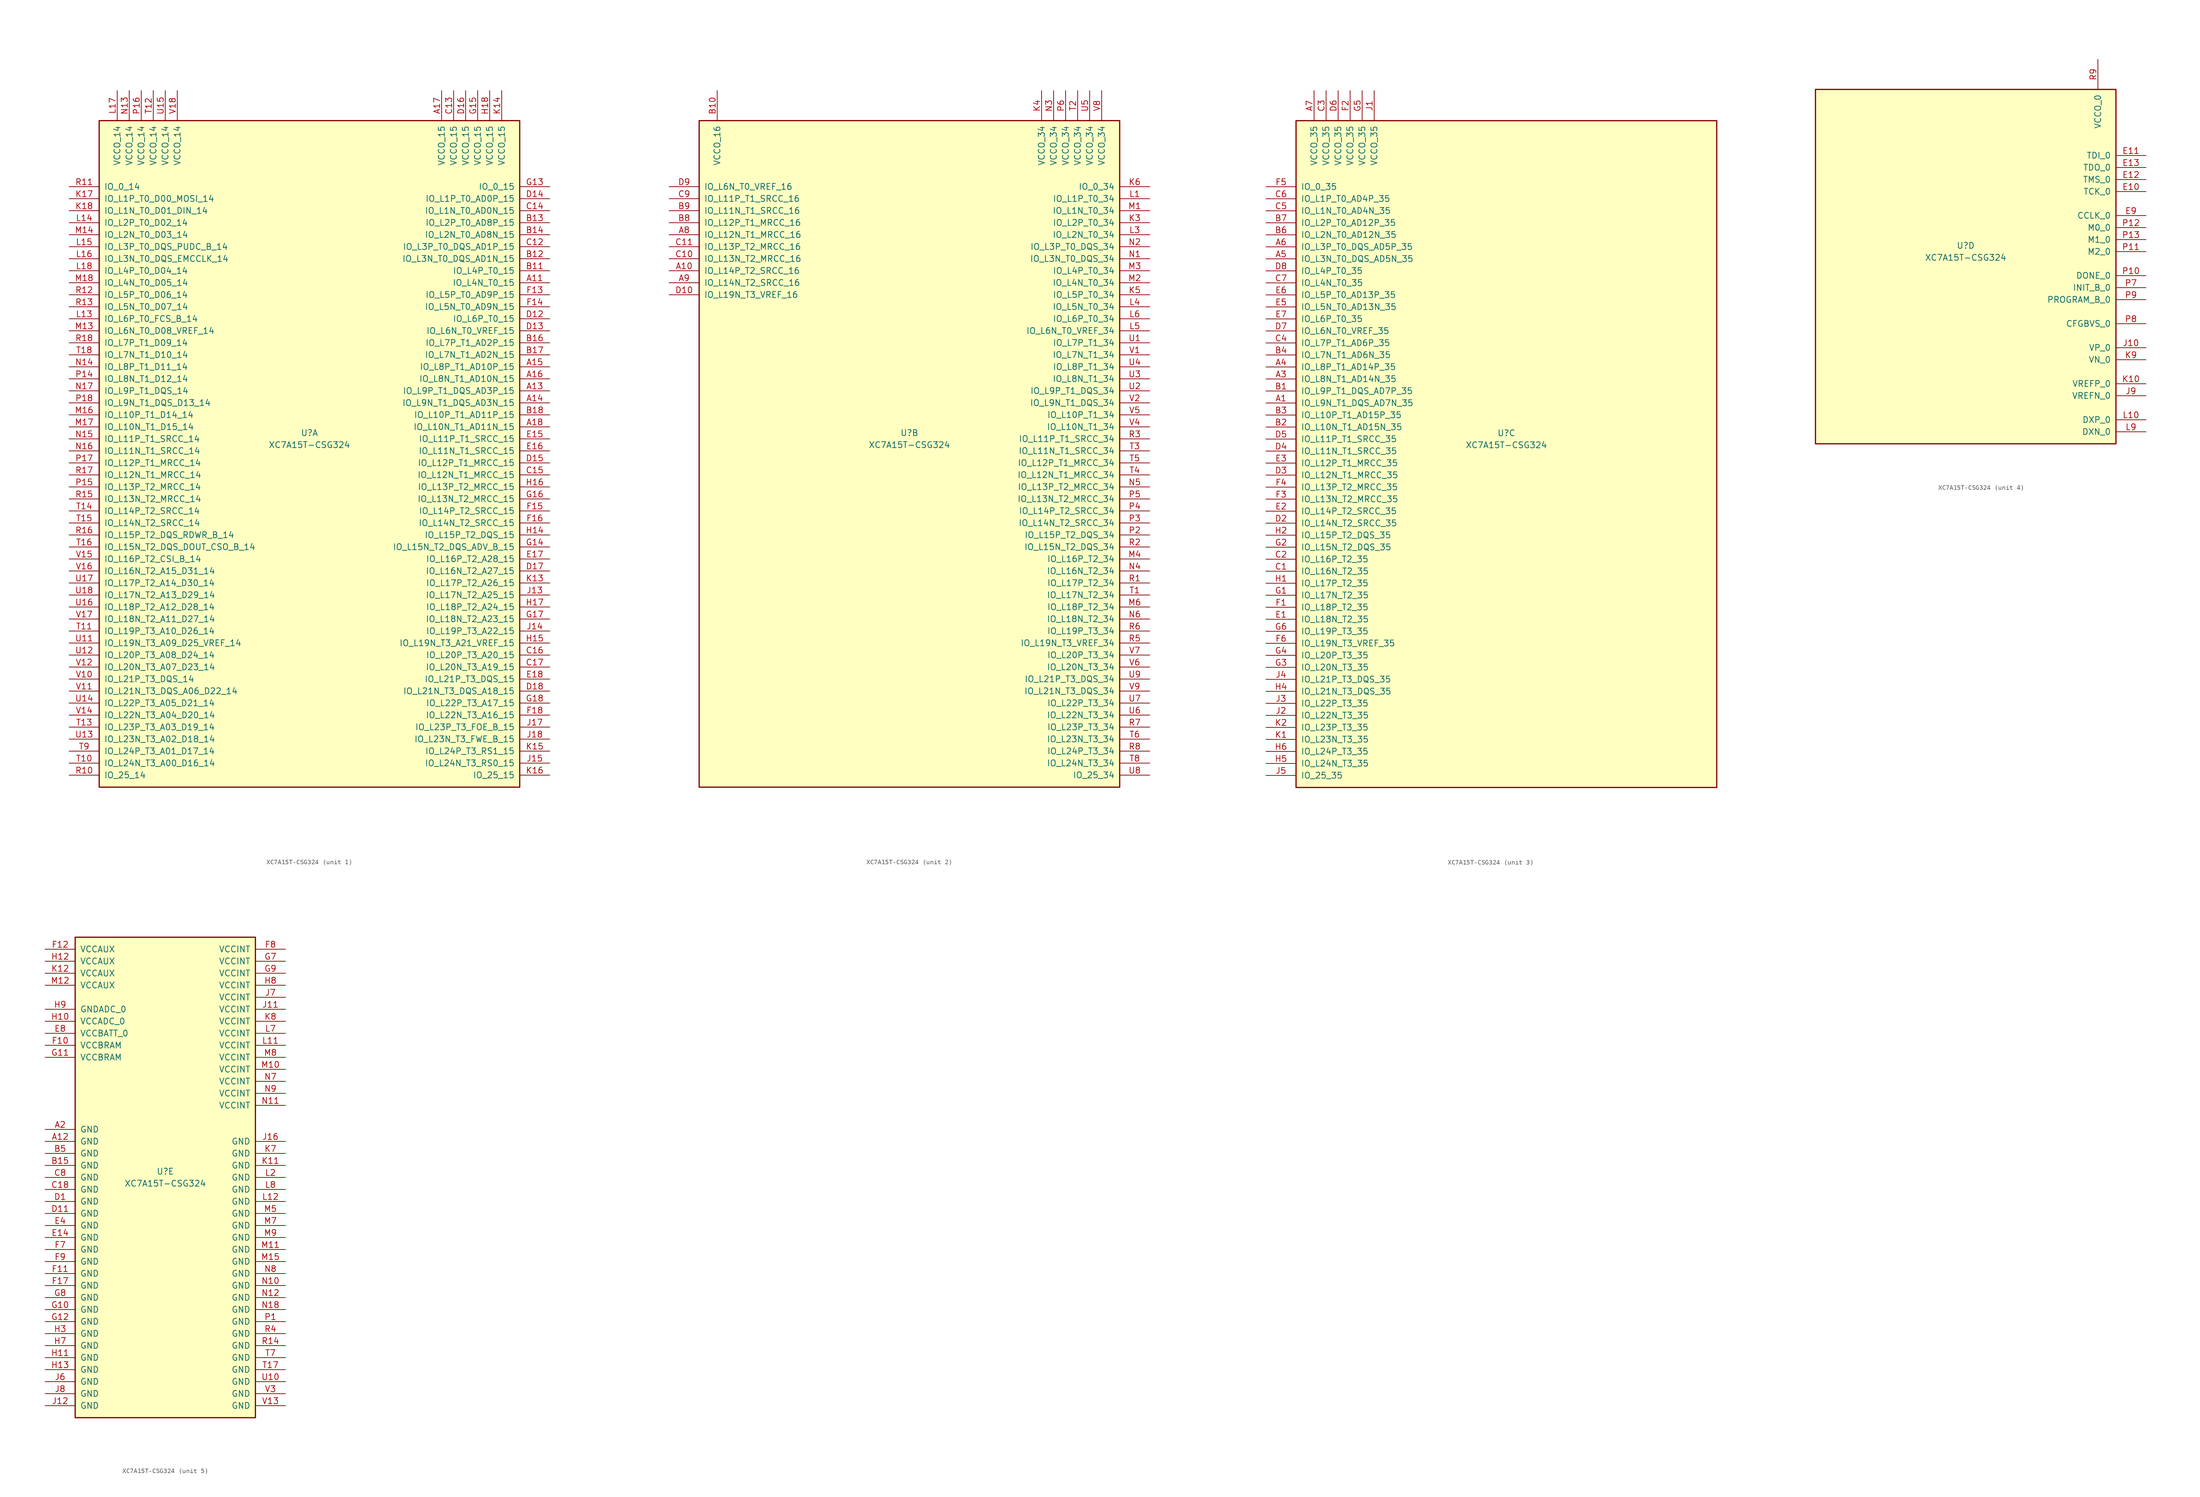
<source format=kicad_sym>
(kicad_symbol_lib
  (version 20231120)
  (generator "kicad_symbol_editor")
  (generator_version "8.0")
  (symbol "XC7A15T-CSG324"
    (pin_names
      (offset 1.016))
    (property "Reference" "U"
      (at 0 1.27 0)
      (effects (font (size 1.27 1.27))))
    (property "Value" "XC7A15T-CSG324"
      (at 0 -1.27 0)
      (effects (font (size 1.27 1.27))))
    (property "Datasheet" ""
      (at 0 0 0)
      (effects (font (size 1.27 1.27))))
    (property "ki_locked" ""
      (at 0 0 0)
      (effects (font (size 1.27 1.27))))
    (symbol "XC7A15T-CSG324_1_1"
      (rectangle (start -44.45 67.31) (end 44.45 -73.66) (stroke (width 0.254) (type solid)) (fill (type background)))
      (pin bidirectional line (at 50.8 33.02 180) (length 6.35) (name "IO_L4N_T0_15" (effects (font (size 1.27 1.27)))) (number "A11" (effects (font (size 1.27 1.27)))))
      (pin bidirectional line (at 50.8 10.16 180) (length 6.35) (name "IO_L9P_T1_DQS_AD3P_15" (effects (font (size 1.27 1.27)))) (number "A13" (effects (font (size 1.27 1.27)))))
      (pin bidirectional line (at 50.8 7.62 180) (length 6.35) (name "IO_L9N_T1_DQS_AD3N_15" (effects (font (size 1.27 1.27)))) (number "A14" (effects (font (size 1.27 1.27)))))
      (pin bidirectional line (at 50.8 15.24 180) (length 6.35) (name "IO_L8P_T1_AD10P_15" (effects (font (size 1.27 1.27)))) (number "A15" (effects (font (size 1.27 1.27)))))
      (pin bidirectional line (at 50.8 12.7 180) (length 6.35) (name "IO_L8N_T1_AD10N_15" (effects (font (size 1.27 1.27)))) (number "A16" (effects (font (size 1.27 1.27)))))
      (pin power_in line (at 27.94 73.66 270) (length 6.35) (name "VCCO_15" (effects (font (size 1.27 1.27)))) (number "A17" (effects (font (size 1.27 1.27)))))
      (pin bidirectional line (at 50.8 2.54 180) (length 6.35) (name "IO_L10N_T1_AD11N_15" (effects (font (size 1.27 1.27)))) (number "A18" (effects (font (size 1.27 1.27)))))
      (pin bidirectional line (at 50.8 35.56 180) (length 6.35) (name "IO_L4P_T0_15" (effects (font (size 1.27 1.27)))) (number "B11" (effects (font (size 1.27 1.27)))))
      (pin bidirectional line (at 50.8 38.1 180) (length 6.35) (name "IO_L3N_T0_DQS_AD1N_15" (effects (font (size 1.27 1.27)))) (number "B12" (effects (font (size 1.27 1.27)))))
      (pin bidirectional line (at 50.8 45.72 180) (length 6.35) (name "IO_L2P_T0_AD8P_15" (effects (font (size 1.27 1.27)))) (number "B13" (effects (font (size 1.27 1.27)))))
      (pin bidirectional line (at 50.8 43.18 180) (length 6.35) (name "IO_L2N_T0_AD8N_15" (effects (font (size 1.27 1.27)))) (number "B14" (effects (font (size 1.27 1.27)))))
      (pin bidirectional line (at 50.8 20.32 180) (length 6.35) (name "IO_L7P_T1_AD2P_15" (effects (font (size 1.27 1.27)))) (number "B16" (effects (font (size 1.27 1.27)))))
      (pin bidirectional line (at 50.8 17.78 180) (length 6.35) (name "IO_L7N_T1_AD2N_15" (effects (font (size 1.27 1.27)))) (number "B17" (effects (font (size 1.27 1.27)))))
      (pin bidirectional line (at 50.8 5.08 180) (length 6.35) (name "IO_L10P_T1_AD11P_15" (effects (font (size 1.27 1.27)))) (number "B18" (effects (font (size 1.27 1.27)))))
      (pin bidirectional line (at 50.8 40.64 180) (length 6.35) (name "IO_L3P_T0_DQS_AD1P_15" (effects (font (size 1.27 1.27)))) (number "C12" (effects (font (size 1.27 1.27)))))
      (pin power_in line (at 30.48 73.66 270) (length 6.35) (name "VCCO_15" (effects (font (size 1.27 1.27)))) (number "C13" (effects (font (size 1.27 1.27)))))
      (pin bidirectional line (at 50.8 48.26 180) (length 6.35) (name "IO_L1N_T0_AD0N_15" (effects (font (size 1.27 1.27)))) (number "C14" (effects (font (size 1.27 1.27)))))
      (pin bidirectional line (at 50.8 -7.62 180) (length 6.35) (name "IO_L12N_T1_MRCC_15" (effects (font (size 1.27 1.27)))) (number "C15" (effects (font (size 1.27 1.27)))))
      (pin bidirectional line (at 50.8 -45.72 180) (length 6.35) (name "IO_L20P_T3_A20_15" (effects (font (size 1.27 1.27)))) (number "C16" (effects (font (size 1.27 1.27)))))
      (pin bidirectional line (at 50.8 -48.26 180) (length 6.35) (name "IO_L20N_T3_A19_15" (effects (font (size 1.27 1.27)))) (number "C17" (effects (font (size 1.27 1.27)))))
      (pin bidirectional line (at 50.8 25.4 180) (length 6.35) (name "IO_L6P_T0_15" (effects (font (size 1.27 1.27)))) (number "D12" (effects (font (size 1.27 1.27)))))
      (pin bidirectional line (at 50.8 22.86 180) (length 6.35) (name "IO_L6N_T0_VREF_15" (effects (font (size 1.27 1.27)))) (number "D13" (effects (font (size 1.27 1.27)))))
      (pin bidirectional line (at 50.8 50.8 180) (length 6.35) (name "IO_L1P_T0_AD0P_15" (effects (font (size 1.27 1.27)))) (number "D14" (effects (font (size 1.27 1.27)))))
      (pin bidirectional line (at 50.8 -5.08 180) (length 6.35) (name "IO_L12P_T1_MRCC_15" (effects (font (size 1.27 1.27)))) (number "D15" (effects (font (size 1.27 1.27)))))
      (pin power_in line (at 33.02 73.66 270) (length 6.35) (name "VCCO_15" (effects (font (size 1.27 1.27)))) (number "D16" (effects (font (size 1.27 1.27)))))
      (pin bidirectional line (at 50.8 -27.94 180) (length 6.35) (name "IO_L16N_T2_A27_15" (effects (font (size 1.27 1.27)))) (number "D17" (effects (font (size 1.27 1.27)))))
      (pin bidirectional line (at 50.8 -53.34 180) (length 6.35) (name "IO_L21N_T3_DQS_A18_15" (effects (font (size 1.27 1.27)))) (number "D18" (effects (font (size 1.27 1.27)))))
      (pin bidirectional line (at 50.8 0 180) (length 6.35) (name "IO_L11P_T1_SRCC_15" (effects (font (size 1.27 1.27)))) (number "E15" (effects (font (size 1.27 1.27)))))
      (pin bidirectional line (at 50.8 -2.54 180) (length 6.35) (name "IO_L11N_T1_SRCC_15" (effects (font (size 1.27 1.27)))) (number "E16" (effects (font (size 1.27 1.27)))))
      (pin bidirectional line (at 50.8 -25.4 180) (length 6.35) (name "IO_L16P_T2_A28_15" (effects (font (size 1.27 1.27)))) (number "E17" (effects (font (size 1.27 1.27)))))
      (pin bidirectional line (at 50.8 -50.8 180) (length 6.35) (name "IO_L21P_T3_DQS_15" (effects (font (size 1.27 1.27)))) (number "E18" (effects (font (size 1.27 1.27)))))
      (pin bidirectional line (at 50.8 30.48 180) (length 6.35) (name "IO_L5P_T0_AD9P_15" (effects (font (size 1.27 1.27)))) (number "F13" (effects (font (size 1.27 1.27)))))
      (pin bidirectional line (at 50.8 27.94 180) (length 6.35) (name "IO_L5N_T0_AD9N_15" (effects (font (size 1.27 1.27)))) (number "F14" (effects (font (size 1.27 1.27)))))
      (pin bidirectional line (at 50.8 -15.24 180) (length 6.35) (name "IO_L14P_T2_SRCC_15" (effects (font (size 1.27 1.27)))) (number "F15" (effects (font (size 1.27 1.27)))))
      (pin bidirectional line (at 50.8 -17.78 180) (length 6.35) (name "IO_L14N_T2_SRCC_15" (effects (font (size 1.27 1.27)))) (number "F16" (effects (font (size 1.27 1.27)))))
      (pin bidirectional line (at 50.8 -58.42 180) (length 6.35) (name "IO_L22N_T3_A16_15" (effects (font (size 1.27 1.27)))) (number "F18" (effects (font (size 1.27 1.27)))))
      (pin bidirectional line (at 50.8 53.34 180) (length 6.35) (name "IO_0_15" (effects (font (size 1.27 1.27)))) (number "G13" (effects (font (size 1.27 1.27)))))
      (pin bidirectional line (at 50.8 -22.86 180) (length 6.35) (name "IO_L15N_T2_DQS_ADV_B_15" (effects (font (size 1.27 1.27)))) (number "G14" (effects (font (size 1.27 1.27)))))
      (pin power_in line (at 35.56 73.66 270) (length 6.35) (name "VCCO_15" (effects (font (size 1.27 1.27)))) (number "G15" (effects (font (size 1.27 1.27)))))
      (pin bidirectional line (at 50.8 -12.7 180) (length 6.35) (name "IO_L13N_T2_MRCC_15" (effects (font (size 1.27 1.27)))) (number "G16" (effects (font (size 1.27 1.27)))))
      (pin bidirectional line (at 50.8 -38.1 180) (length 6.35) (name "IO_L18N_T2_A23_15" (effects (font (size 1.27 1.27)))) (number "G17" (effects (font (size 1.27 1.27)))))
      (pin bidirectional line (at 50.8 -55.88 180) (length 6.35) (name "IO_L22P_T3_A17_15" (effects (font (size 1.27 1.27)))) (number "G18" (effects (font (size 1.27 1.27)))))
      (pin bidirectional line (at 50.8 -20.32 180) (length 6.35) (name "IO_L15P_T2_DQS_15" (effects (font (size 1.27 1.27)))) (number "H14" (effects (font (size 1.27 1.27)))))
      (pin bidirectional line (at 50.8 -43.18 180) (length 6.35) (name "IO_L19N_T3_A21_VREF_15" (effects (font (size 1.27 1.27)))) (number "H15" (effects (font (size 1.27 1.27)))))
      (pin bidirectional line (at 50.8 -10.16 180) (length 6.35) (name "IO_L13P_T2_MRCC_15" (effects (font (size 1.27 1.27)))) (number "H16" (effects (font (size 1.27 1.27)))))
      (pin bidirectional line (at 50.8 -35.56 180) (length 6.35) (name "IO_L18P_T2_A24_15" (effects (font (size 1.27 1.27)))) (number "H17" (effects (font (size 1.27 1.27)))))
      (pin power_in line (at 38.1 73.66 270) (length 6.35) (name "VCCO_15" (effects (font (size 1.27 1.27)))) (number "H18" (effects (font (size 1.27 1.27)))))
      (pin bidirectional line (at 50.8 -33.02 180) (length 6.35) (name "IO_L17N_T2_A25_15" (effects (font (size 1.27 1.27)))) (number "J13" (effects (font (size 1.27 1.27)))))
      (pin bidirectional line (at 50.8 -40.64 180) (length 6.35) (name "IO_L19P_T3_A22_15" (effects (font (size 1.27 1.27)))) (number "J14" (effects (font (size 1.27 1.27)))))
      (pin bidirectional line (at 50.8 -68.58 180) (length 6.35) (name "IO_L24N_T3_RS0_15" (effects (font (size 1.27 1.27)))) (number "J15" (effects (font (size 1.27 1.27)))))
      (pin bidirectional line (at 50.8 -60.96 180) (length 6.35) (name "IO_L23P_T3_FOE_B_15" (effects (font (size 1.27 1.27)))) (number "J17" (effects (font (size 1.27 1.27)))))
      (pin bidirectional line (at 50.8 -63.5 180) (length 6.35) (name "IO_L23N_T3_FWE_B_15" (effects (font (size 1.27 1.27)))) (number "J18" (effects (font (size 1.27 1.27)))))
      (pin bidirectional line (at 50.8 -30.48 180) (length 6.35) (name "IO_L17P_T2_A26_15" (effects (font (size 1.27 1.27)))) (number "K13" (effects (font (size 1.27 1.27)))))
      (pin power_in line (at 40.64 73.66 270) (length 6.35) (name "VCCO_15" (effects (font (size 1.27 1.27)))) (number "K14" (effects (font (size 1.27 1.27)))))
      (pin bidirectional line (at 50.8 -66.04 180) (length 6.35) (name "IO_L24P_T3_RS1_15" (effects (font (size 1.27 1.27)))) (number "K15" (effects (font (size 1.27 1.27)))))
      (pin bidirectional line (at 50.8 -71.12 180) (length 6.35) (name "IO_25_15" (effects (font (size 1.27 1.27)))) (number "K16" (effects (font (size 1.27 1.27)))))
      (pin bidirectional line (at -50.8 50.8 0) (length 6.35) (name "IO_L1P_T0_D00_MOSI_14" (effects (font (size 1.27 1.27)))) (number "K17" (effects (font (size 1.27 1.27)))))
      (pin bidirectional line (at -50.8 48.26 0) (length 6.35) (name "IO_L1N_T0_D01_DIN_14" (effects (font (size 1.27 1.27)))) (number "K18" (effects (font (size 1.27 1.27)))))
      (pin bidirectional line (at -50.8 25.4 0) (length 6.35) (name "IO_L6P_T0_FCS_B_14" (effects (font (size 1.27 1.27)))) (number "L13" (effects (font (size 1.27 1.27)))))
      (pin bidirectional line (at -50.8 45.72 0) (length 6.35) (name "IO_L2P_T0_D02_14" (effects (font (size 1.27 1.27)))) (number "L14" (effects (font (size 1.27 1.27)))))
      (pin bidirectional line (at -50.8 40.64 0) (length 6.35) (name "IO_L3P_T0_DQS_PUDC_B_14" (effects (font (size 1.27 1.27)))) (number "L15" (effects (font (size 1.27 1.27)))))
      (pin bidirectional line (at -50.8 38.1 0) (length 6.35) (name "IO_L3N_T0_DQS_EMCCLK_14" (effects (font (size 1.27 1.27)))) (number "L16" (effects (font (size 1.27 1.27)))))
      (pin power_in line (at -40.64 73.66 270) (length 6.35) (name "VCCO_14" (effects (font (size 1.27 1.27)))) (number "L17" (effects (font (size 1.27 1.27)))))
      (pin bidirectional line (at -50.8 35.56 0) (length 6.35) (name "IO_L4P_T0_D04_14" (effects (font (size 1.27 1.27)))) (number "L18" (effects (font (size 1.27 1.27)))))
      (pin bidirectional line (at -50.8 22.86 0) (length 6.35) (name "IO_L6N_T0_D08_VREF_14" (effects (font (size 1.27 1.27)))) (number "M13" (effects (font (size 1.27 1.27)))))
      (pin bidirectional line (at -50.8 43.18 0) (length 6.35) (name "IO_L2N_T0_D03_14" (effects (font (size 1.27 1.27)))) (number "M14" (effects (font (size 1.27 1.27)))))
      (pin bidirectional line (at -50.8 5.08 0) (length 6.35) (name "IO_L10P_T1_D14_14" (effects (font (size 1.27 1.27)))) (number "M16" (effects (font (size 1.27 1.27)))))
      (pin bidirectional line (at -50.8 2.54 0) (length 6.35) (name "IO_L10N_T1_D15_14" (effects (font (size 1.27 1.27)))) (number "M17" (effects (font (size 1.27 1.27)))))
      (pin bidirectional line (at -50.8 33.02 0) (length 6.35) (name "IO_L4N_T0_D05_14" (effects (font (size 1.27 1.27)))) (number "M18" (effects (font (size 1.27 1.27)))))
      (pin power_in line (at -38.1 73.66 270) (length 6.35) (name "VCCO_14" (effects (font (size 1.27 1.27)))) (number "N13" (effects (font (size 1.27 1.27)))))
      (pin bidirectional line (at -50.8 15.24 0) (length 6.35) (name "IO_L8P_T1_D11_14" (effects (font (size 1.27 1.27)))) (number "N14" (effects (font (size 1.27 1.27)))))
      (pin bidirectional line (at -50.8 0 0) (length 6.35) (name "IO_L11P_T1_SRCC_14" (effects (font (size 1.27 1.27)))) (number "N15" (effects (font (size 1.27 1.27)))))
      (pin bidirectional line (at -50.8 -2.54 0) (length 6.35) (name "IO_L11N_T1_SRCC_14" (effects (font (size 1.27 1.27)))) (number "N16" (effects (font (size 1.27 1.27)))))
      (pin bidirectional line (at -50.8 10.16 0) (length 6.35) (name "IO_L9P_T1_DQS_14" (effects (font (size 1.27 1.27)))) (number "N17" (effects (font (size 1.27 1.27)))))
      (pin bidirectional line (at -50.8 12.7 0) (length 6.35) (name "IO_L8N_T1_D12_14" (effects (font (size 1.27 1.27)))) (number "P14" (effects (font (size 1.27 1.27)))))
      (pin bidirectional line (at -50.8 -10.16 0) (length 6.35) (name "IO_L13P_T2_MRCC_14" (effects (font (size 1.27 1.27)))) (number "P15" (effects (font (size 1.27 1.27)))))
      (pin power_in line (at -35.56 73.66 270) (length 6.35) (name "VCCO_14" (effects (font (size 1.27 1.27)))) (number "P16" (effects (font (size 1.27 1.27)))))
      (pin bidirectional line (at -50.8 -5.08 0) (length 6.35) (name "IO_L12P_T1_MRCC_14" (effects (font (size 1.27 1.27)))) (number "P17" (effects (font (size 1.27 1.27)))))
      (pin bidirectional line (at -50.8 7.62 0) (length 6.35) (name "IO_L9N_T1_DQS_D13_14" (effects (font (size 1.27 1.27)))) (number "P18" (effects (font (size 1.27 1.27)))))
      (pin bidirectional line (at -50.8 -71.12 0) (length 6.35) (name "IO_25_14" (effects (font (size 1.27 1.27)))) (number "R10" (effects (font (size 1.27 1.27)))))
      (pin bidirectional line (at -50.8 53.34 0) (length 6.35) (name "IO_0_14" (effects (font (size 1.27 1.27)))) (number "R11" (effects (font (size 1.27 1.27)))))
      (pin bidirectional line (at -50.8 30.48 0) (length 6.35) (name "IO_L5P_T0_D06_14" (effects (font (size 1.27 1.27)))) (number "R12" (effects (font (size 1.27 1.27)))))
      (pin bidirectional line (at -50.8 27.94 0) (length 6.35) (name "IO_L5N_T0_D07_14" (effects (font (size 1.27 1.27)))) (number "R13" (effects (font (size 1.27 1.27)))))
      (pin bidirectional line (at -50.8 -12.7 0) (length 6.35) (name "IO_L13N_T2_MRCC_14" (effects (font (size 1.27 1.27)))) (number "R15" (effects (font (size 1.27 1.27)))))
      (pin bidirectional line (at -50.8 -20.32 0) (length 6.35) (name "IO_L15P_T2_DQS_RDWR_B_14" (effects (font (size 1.27 1.27)))) (number "R16" (effects (font (size 1.27 1.27)))))
      (pin bidirectional line (at -50.8 -7.62 0) (length 6.35) (name "IO_L12N_T1_MRCC_14" (effects (font (size 1.27 1.27)))) (number "R17" (effects (font (size 1.27 1.27)))))
      (pin bidirectional line (at -50.8 20.32 0) (length 6.35) (name "IO_L7P_T1_D09_14" (effects (font (size 1.27 1.27)))) (number "R18" (effects (font (size 1.27 1.27)))))
      (pin bidirectional line (at -50.8 -68.58 0) (length 6.35) (name "IO_L24N_T3_A00_D16_14" (effects (font (size 1.27 1.27)))) (number "T10" (effects (font (size 1.27 1.27)))))
      (pin bidirectional line (at -50.8 -40.64 0) (length 6.35) (name "IO_L19P_T3_A10_D26_14" (effects (font (size 1.27 1.27)))) (number "T11" (effects (font (size 1.27 1.27)))))
      (pin power_in line (at -33.02 73.66 270) (length 6.35) (name "VCCO_14" (effects (font (size 1.27 1.27)))) (number "T12" (effects (font (size 1.27 1.27)))))
      (pin bidirectional line (at -50.8 -60.96 0) (length 6.35) (name "IO_L23P_T3_A03_D19_14" (effects (font (size 1.27 1.27)))) (number "T13" (effects (font (size 1.27 1.27)))))
      (pin bidirectional line (at -50.8 -15.24 0) (length 6.35) (name "IO_L14P_T2_SRCC_14" (effects (font (size 1.27 1.27)))) (number "T14" (effects (font (size 1.27 1.27)))))
      (pin bidirectional line (at -50.8 -17.78 0) (length 6.35) (name "IO_L14N_T2_SRCC_14" (effects (font (size 1.27 1.27)))) (number "T15" (effects (font (size 1.27 1.27)))))
      (pin bidirectional line (at -50.8 -22.86 0) (length 6.35) (name "IO_L15N_T2_DQS_DOUT_CSO_B_14" (effects (font (size 1.27 1.27)))) (number "T16" (effects (font (size 1.27 1.27)))))
      (pin bidirectional line (at -50.8 17.78 0) (length 6.35) (name "IO_L7N_T1_D10_14" (effects (font (size 1.27 1.27)))) (number "T18" (effects (font (size 1.27 1.27)))))
      (pin bidirectional line (at -50.8 -66.04 0) (length 6.35) (name "IO_L24P_T3_A01_D17_14" (effects (font (size 1.27 1.27)))) (number "T9" (effects (font (size 1.27 1.27)))))
      (pin bidirectional line (at -50.8 -43.18 0) (length 6.35) (name "IO_L19N_T3_A09_D25_VREF_14" (effects (font (size 1.27 1.27)))) (number "U11" (effects (font (size 1.27 1.27)))))
      (pin bidirectional line (at -50.8 -45.72 0) (length 6.35) (name "IO_L20P_T3_A08_D24_14" (effects (font (size 1.27 1.27)))) (number "U12" (effects (font (size 1.27 1.27)))))
      (pin bidirectional line (at -50.8 -63.5 0) (length 6.35) (name "IO_L23N_T3_A02_D18_14" (effects (font (size 1.27 1.27)))) (number "U13" (effects (font (size 1.27 1.27)))))
      (pin bidirectional line (at -50.8 -55.88 0) (length 6.35) (name "IO_L22P_T3_A05_D21_14" (effects (font (size 1.27 1.27)))) (number "U14" (effects (font (size 1.27 1.27)))))
      (pin power_in line (at -30.48 73.66 270) (length 6.35) (name "VCCO_14" (effects (font (size 1.27 1.27)))) (number "U15" (effects (font (size 1.27 1.27)))))
      (pin bidirectional line (at -50.8 -35.56 0) (length 6.35) (name "IO_L18P_T2_A12_D28_14" (effects (font (size 1.27 1.27)))) (number "U16" (effects (font (size 1.27 1.27)))))
      (pin bidirectional line (at -50.8 -30.48 0) (length 6.35) (name "IO_L17P_T2_A14_D30_14" (effects (font (size 1.27 1.27)))) (number "U17" (effects (font (size 1.27 1.27)))))
      (pin bidirectional line (at -50.8 -33.02 0) (length 6.35) (name "IO_L17N_T2_A13_D29_14" (effects (font (size 1.27 1.27)))) (number "U18" (effects (font (size 1.27 1.27)))))
      (pin bidirectional line (at -50.8 -50.8 0) (length 6.35) (name "IO_L21P_T3_DQS_14" (effects (font (size 1.27 1.27)))) (number "V10" (effects (font (size 1.27 1.27)))))
      (pin bidirectional line (at -50.8 -53.34 0) (length 6.35) (name "IO_L21N_T3_DQS_A06_D22_14" (effects (font (size 1.27 1.27)))) (number "V11" (effects (font (size 1.27 1.27)))))
      (pin bidirectional line (at -50.8 -48.26 0) (length 6.35) (name "IO_L20N_T3_A07_D23_14" (effects (font (size 1.27 1.27)))) (number "V12" (effects (font (size 1.27 1.27)))))
      (pin bidirectional line (at -50.8 -58.42 0) (length 6.35) (name "IO_L22N_T3_A04_D20_14" (effects (font (size 1.27 1.27)))) (number "V14" (effects (font (size 1.27 1.27)))))
      (pin bidirectional line (at -50.8 -25.4 0) (length 6.35) (name "IO_L16P_T2_CSI_B_14" (effects (font (size 1.27 1.27)))) (number "V15" (effects (font (size 1.27 1.27)))))
      (pin bidirectional line (at -50.8 -27.94 0) (length 6.35) (name "IO_L16N_T2_A15_D31_14" (effects (font (size 1.27 1.27)))) (number "V16" (effects (font (size 1.27 1.27)))))
      (pin bidirectional line (at -50.8 -38.1 0) (length 6.35) (name "IO_L18N_T2_A11_D27_14" (effects (font (size 1.27 1.27)))) (number "V17" (effects (font (size 1.27 1.27)))))
      (pin power_in line (at -27.94 73.66 270) (length 6.35) (name "VCCO_14" (effects (font (size 1.27 1.27)))) (number "V18" (effects (font (size 1.27 1.27))))))
    (symbol "XC7A15T-CSG324_2_1"
      (rectangle (start -44.45 67.31) (end 44.45 -73.66) (stroke (width 0.254) (type solid)) (fill (type background)))
      (pin bidirectional line (at -50.8 35.56 0) (length 6.35) (name "IO_L14P_T2_SRCC_16" (effects (font (size 1.27 1.27)))) (number "A10" (effects (font (size 1.27 1.27)))))
      (pin bidirectional line (at -50.8 43.18 0) (length 6.35) (name "IO_L12N_T1_MRCC_16" (effects (font (size 1.27 1.27)))) (number "A8" (effects (font (size 1.27 1.27)))))
      (pin bidirectional line (at -50.8 33.02 0) (length 6.35) (name "IO_L14N_T2_SRCC_16" (effects (font (size 1.27 1.27)))) (number "A9" (effects (font (size 1.27 1.27)))))
      (pin power_in line (at -40.64 73.66 270) (length 6.35) (name "VCCO_16" (effects (font (size 1.27 1.27)))) (number "B10" (effects (font (size 1.27 1.27)))))
      (pin bidirectional line (at -50.8 45.72 0) (length 6.35) (name "IO_L12P_T1_MRCC_16" (effects (font (size 1.27 1.27)))) (number "B8" (effects (font (size 1.27 1.27)))))
      (pin bidirectional line (at -50.8 48.26 0) (length 6.35) (name "IO_L11N_T1_SRCC_16" (effects (font (size 1.27 1.27)))) (number "B9" (effects (font (size 1.27 1.27)))))
      (pin bidirectional line (at -50.8 38.1 0) (length 6.35) (name "IO_L13N_T2_MRCC_16" (effects (font (size 1.27 1.27)))) (number "C10" (effects (font (size 1.27 1.27)))))
      (pin bidirectional line (at -50.8 40.64 0) (length 6.35) (name "IO_L13P_T2_MRCC_16" (effects (font (size 1.27 1.27)))) (number "C11" (effects (font (size 1.27 1.27)))))
      (pin bidirectional line (at -50.8 50.8 0) (length 6.35) (name "IO_L11P_T1_SRCC_16" (effects (font (size 1.27 1.27)))) (number "C9" (effects (font (size 1.27 1.27)))))
      (pin bidirectional line (at -50.8 30.48 0) (length 6.35) (name "IO_L19N_T3_VREF_16" (effects (font (size 1.27 1.27)))) (number "D10" (effects (font (size 1.27 1.27)))))
      (pin bidirectional line (at -50.8 53.34 0) (length 6.35) (name "IO_L6N_T0_VREF_16" (effects (font (size 1.27 1.27)))) (number "D9" (effects (font (size 1.27 1.27)))))
      (pin bidirectional line (at 50.8 45.72 180) (length 6.35) (name "IO_L2P_T0_34" (effects (font (size 1.27 1.27)))) (number "K3" (effects (font (size 1.27 1.27)))))
      (pin power_in line (at 27.94 73.66 270) (length 6.35) (name "VCCO_34" (effects (font (size 1.27 1.27)))) (number "K4" (effects (font (size 1.27 1.27)))))
      (pin bidirectional line (at 50.8 30.48 180) (length 6.35) (name "IO_L5P_T0_34" (effects (font (size 1.27 1.27)))) (number "K5" (effects (font (size 1.27 1.27)))))
      (pin bidirectional line (at 50.8 53.34 180) (length 6.35) (name "IO_0_34" (effects (font (size 1.27 1.27)))) (number "K6" (effects (font (size 1.27 1.27)))))
      (pin bidirectional line (at 50.8 50.8 180) (length 6.35) (name "IO_L1P_T0_34" (effects (font (size 1.27 1.27)))) (number "L1" (effects (font (size 1.27 1.27)))))
      (pin bidirectional line (at 50.8 43.18 180) (length 6.35) (name "IO_L2N_T0_34" (effects (font (size 1.27 1.27)))) (number "L3" (effects (font (size 1.27 1.27)))))
      (pin bidirectional line (at 50.8 27.94 180) (length 6.35) (name "IO_L5N_T0_34" (effects (font (size 1.27 1.27)))) (number "L4" (effects (font (size 1.27 1.27)))))
      (pin bidirectional line (at 50.8 22.86 180) (length 6.35) (name "IO_L6N_T0_VREF_34" (effects (font (size 1.27 1.27)))) (number "L5" (effects (font (size 1.27 1.27)))))
      (pin bidirectional line (at 50.8 25.4 180) (length 6.35) (name "IO_L6P_T0_34" (effects (font (size 1.27 1.27)))) (number "L6" (effects (font (size 1.27 1.27)))))
      (pin bidirectional line (at 50.8 48.26 180) (length 6.35) (name "IO_L1N_T0_34" (effects (font (size 1.27 1.27)))) (number "M1" (effects (font (size 1.27 1.27)))))
      (pin bidirectional line (at 50.8 33.02 180) (length 6.35) (name "IO_L4N_T0_34" (effects (font (size 1.27 1.27)))) (number "M2" (effects (font (size 1.27 1.27)))))
      (pin bidirectional line (at 50.8 35.56 180) (length 6.35) (name "IO_L4P_T0_34" (effects (font (size 1.27 1.27)))) (number "M3" (effects (font (size 1.27 1.27)))))
      (pin bidirectional line (at 50.8 -25.4 180) (length 6.35) (name "IO_L16P_T2_34" (effects (font (size 1.27 1.27)))) (number "M4" (effects (font (size 1.27 1.27)))))
      (pin bidirectional line (at 50.8 -35.56 180) (length 6.35) (name "IO_L18P_T2_34" (effects (font (size 1.27 1.27)))) (number "M6" (effects (font (size 1.27 1.27)))))
      (pin bidirectional line (at 50.8 38.1 180) (length 6.35) (name "IO_L3N_T0_DQS_34" (effects (font (size 1.27 1.27)))) (number "N1" (effects (font (size 1.27 1.27)))))
      (pin bidirectional line (at 50.8 40.64 180) (length 6.35) (name "IO_L3P_T0_DQS_34" (effects (font (size 1.27 1.27)))) (number "N2" (effects (font (size 1.27 1.27)))))
      (pin power_in line (at 30.48 73.66 270) (length 6.35) (name "VCCO_34" (effects (font (size 1.27 1.27)))) (number "N3" (effects (font (size 1.27 1.27)))))
      (pin bidirectional line (at 50.8 -27.94 180) (length 6.35) (name "IO_L16N_T2_34" (effects (font (size 1.27 1.27)))) (number "N4" (effects (font (size 1.27 1.27)))))
      (pin bidirectional line (at 50.8 -10.16 180) (length 6.35) (name "IO_L13P_T2_MRCC_34" (effects (font (size 1.27 1.27)))) (number "N5" (effects (font (size 1.27 1.27)))))
      (pin bidirectional line (at 50.8 -38.1 180) (length 6.35) (name "IO_L18N_T2_34" (effects (font (size 1.27 1.27)))) (number "N6" (effects (font (size 1.27 1.27)))))
      (pin bidirectional line (at 50.8 -20.32 180) (length 6.35) (name "IO_L15P_T2_DQS_34" (effects (font (size 1.27 1.27)))) (number "P2" (effects (font (size 1.27 1.27)))))
      (pin bidirectional line (at 50.8 -17.78 180) (length 6.35) (name "IO_L14N_T2_SRCC_34" (effects (font (size 1.27 1.27)))) (number "P3" (effects (font (size 1.27 1.27)))))
      (pin bidirectional line (at 50.8 -15.24 180) (length 6.35) (name "IO_L14P_T2_SRCC_34" (effects (font (size 1.27 1.27)))) (number "P4" (effects (font (size 1.27 1.27)))))
      (pin bidirectional line (at 50.8 -12.7 180) (length 6.35) (name "IO_L13N_T2_MRCC_34" (effects (font (size 1.27 1.27)))) (number "P5" (effects (font (size 1.27 1.27)))))
      (pin power_in line (at 33.02 73.66 270) (length 6.35) (name "VCCO_34" (effects (font (size 1.27 1.27)))) (number "P6" (effects (font (size 1.27 1.27)))))
      (pin bidirectional line (at 50.8 -30.48 180) (length 6.35) (name "IO_L17P_T2_34" (effects (font (size 1.27 1.27)))) (number "R1" (effects (font (size 1.27 1.27)))))
      (pin bidirectional line (at 50.8 -22.86 180) (length 6.35) (name "IO_L15N_T2_DQS_34" (effects (font (size 1.27 1.27)))) (number "R2" (effects (font (size 1.27 1.27)))))
      (pin bidirectional line (at 50.8 0 180) (length 6.35) (name "IO_L11P_T1_SRCC_34" (effects (font (size 1.27 1.27)))) (number "R3" (effects (font (size 1.27 1.27)))))
      (pin bidirectional line (at 50.8 -43.18 180) (length 6.35) (name "IO_L19N_T3_VREF_34" (effects (font (size 1.27 1.27)))) (number "R5" (effects (font (size 1.27 1.27)))))
      (pin bidirectional line (at 50.8 -40.64 180) (length 6.35) (name "IO_L19P_T3_34" (effects (font (size 1.27 1.27)))) (number "R6" (effects (font (size 1.27 1.27)))))
      (pin bidirectional line (at 50.8 -60.96 180) (length 6.35) (name "IO_L23P_T3_34" (effects (font (size 1.27 1.27)))) (number "R7" (effects (font (size 1.27 1.27)))))
      (pin bidirectional line (at 50.8 -66.04 180) (length 6.35) (name "IO_L24P_T3_34" (effects (font (size 1.27 1.27)))) (number "R8" (effects (font (size 1.27 1.27)))))
      (pin bidirectional line (at 50.8 -33.02 180) (length 6.35) (name "IO_L17N_T2_34" (effects (font (size 1.27 1.27)))) (number "T1" (effects (font (size 1.27 1.27)))))
      (pin power_in line (at 35.56 73.66 270) (length 6.35) (name "VCCO_34" (effects (font (size 1.27 1.27)))) (number "T2" (effects (font (size 1.27 1.27)))))
      (pin bidirectional line (at 50.8 -2.54 180) (length 6.35) (name "IO_L11N_T1_SRCC_34" (effects (font (size 1.27 1.27)))) (number "T3" (effects (font (size 1.27 1.27)))))
      (pin bidirectional line (at 50.8 -7.62 180) (length 6.35) (name "IO_L12N_T1_MRCC_34" (effects (font (size 1.27 1.27)))) (number "T4" (effects (font (size 1.27 1.27)))))
      (pin bidirectional line (at 50.8 -5.08 180) (length 6.35) (name "IO_L12P_T1_MRCC_34" (effects (font (size 1.27 1.27)))) (number "T5" (effects (font (size 1.27 1.27)))))
      (pin bidirectional line (at 50.8 -63.5 180) (length 6.35) (name "IO_L23N_T3_34" (effects (font (size 1.27 1.27)))) (number "T6" (effects (font (size 1.27 1.27)))))
      (pin bidirectional line (at 50.8 -68.58 180) (length 6.35) (name "IO_L24N_T3_34" (effects (font (size 1.27 1.27)))) (number "T8" (effects (font (size 1.27 1.27)))))
      (pin bidirectional line (at 50.8 20.32 180) (length 6.35) (name "IO_L7P_T1_34" (effects (font (size 1.27 1.27)))) (number "U1" (effects (font (size 1.27 1.27)))))
      (pin bidirectional line (at 50.8 10.16 180) (length 6.35) (name "IO_L9P_T1_DQS_34" (effects (font (size 1.27 1.27)))) (number "U2" (effects (font (size 1.27 1.27)))))
      (pin bidirectional line (at 50.8 12.7 180) (length 6.35) (name "IO_L8N_T1_34" (effects (font (size 1.27 1.27)))) (number "U3" (effects (font (size 1.27 1.27)))))
      (pin bidirectional line (at 50.8 15.24 180) (length 6.35) (name "IO_L8P_T1_34" (effects (font (size 1.27 1.27)))) (number "U4" (effects (font (size 1.27 1.27)))))
      (pin power_in line (at 38.1 73.66 270) (length 6.35) (name "VCCO_34" (effects (font (size 1.27 1.27)))) (number "U5" (effects (font (size 1.27 1.27)))))
      (pin bidirectional line (at 50.8 -58.42 180) (length 6.35) (name "IO_L22N_T3_34" (effects (font (size 1.27 1.27)))) (number "U6" (effects (font (size 1.27 1.27)))))
      (pin bidirectional line (at 50.8 -55.88 180) (length 6.35) (name "IO_L22P_T3_34" (effects (font (size 1.27 1.27)))) (number "U7" (effects (font (size 1.27 1.27)))))
      (pin bidirectional line (at 50.8 -71.12 180) (length 6.35) (name "IO_25_34" (effects (font (size 1.27 1.27)))) (number "U8" (effects (font (size 1.27 1.27)))))
      (pin bidirectional line (at 50.8 -50.8 180) (length 6.35) (name "IO_L21P_T3_DQS_34" (effects (font (size 1.27 1.27)))) (number "U9" (effects (font (size 1.27 1.27)))))
      (pin bidirectional line (at 50.8 17.78 180) (length 6.35) (name "IO_L7N_T1_34" (effects (font (size 1.27 1.27)))) (number "V1" (effects (font (size 1.27 1.27)))))
      (pin bidirectional line (at 50.8 7.62 180) (length 6.35) (name "IO_L9N_T1_DQS_34" (effects (font (size 1.27 1.27)))) (number "V2" (effects (font (size 1.27 1.27)))))
      (pin bidirectional line (at 50.8 2.54 180) (length 6.35) (name "IO_L10N_T1_34" (effects (font (size 1.27 1.27)))) (number "V4" (effects (font (size 1.27 1.27)))))
      (pin bidirectional line (at 50.8 5.08 180) (length 6.35) (name "IO_L10P_T1_34" (effects (font (size 1.27 1.27)))) (number "V5" (effects (font (size 1.27 1.27)))))
      (pin bidirectional line (at 50.8 -48.26 180) (length 6.35) (name "IO_L20N_T3_34" (effects (font (size 1.27 1.27)))) (number "V6" (effects (font (size 1.27 1.27)))))
      (pin bidirectional line (at 50.8 -45.72 180) (length 6.35) (name "IO_L20P_T3_34" (effects (font (size 1.27 1.27)))) (number "V7" (effects (font (size 1.27 1.27)))))
      (pin power_in line (at 40.64 73.66 270) (length 6.35) (name "VCCO_34" (effects (font (size 1.27 1.27)))) (number "V8" (effects (font (size 1.27 1.27)))))
      (pin bidirectional line (at 50.8 -53.34 180) (length 6.35) (name "IO_L21N_T3_DQS_34" (effects (font (size 1.27 1.27)))) (number "V9" (effects (font (size 1.27 1.27))))))
    (symbol "XC7A15T-CSG324_3_1"
      (rectangle (start -44.45 67.31) (end 44.45 -73.66) (stroke (width 0.254) (type solid)) (fill (type background)))
      (pin bidirectional line (at -50.8 7.62 0) (length 6.35) (name "IO_L9N_T1_DQS_AD7N_35" (effects (font (size 1.27 1.27)))) (number "A1" (effects (font (size 1.27 1.27)))))
      (pin bidirectional line (at -50.8 12.7 0) (length 6.35) (name "IO_L8N_T1_AD14N_35" (effects (font (size 1.27 1.27)))) (number "A3" (effects (font (size 1.27 1.27)))))
      (pin bidirectional line (at -50.8 15.24 0) (length 6.35) (name "IO_L8P_T1_AD14P_35" (effects (font (size 1.27 1.27)))) (number "A4" (effects (font (size 1.27 1.27)))))
      (pin bidirectional line (at -50.8 38.1 0) (length 6.35) (name "IO_L3N_T0_DQS_AD5N_35" (effects (font (size 1.27 1.27)))) (number "A5" (effects (font (size 1.27 1.27)))))
      (pin bidirectional line (at -50.8 40.64 0) (length 6.35) (name "IO_L3P_T0_DQS_AD5P_35" (effects (font (size 1.27 1.27)))) (number "A6" (effects (font (size 1.27 1.27)))))
      (pin power_in line (at -40.64 73.66 270) (length 6.35) (name "VCCO_35" (effects (font (size 1.27 1.27)))) (number "A7" (effects (font (size 1.27 1.27)))))
      (pin bidirectional line (at -50.8 10.16 0) (length 6.35) (name "IO_L9P_T1_DQS_AD7P_35" (effects (font (size 1.27 1.27)))) (number "B1" (effects (font (size 1.27 1.27)))))
      (pin bidirectional line (at -50.8 2.54 0) (length 6.35) (name "IO_L10N_T1_AD15N_35" (effects (font (size 1.27 1.27)))) (number "B2" (effects (font (size 1.27 1.27)))))
      (pin bidirectional line (at -50.8 5.08 0) (length 6.35) (name "IO_L10P_T1_AD15P_35" (effects (font (size 1.27 1.27)))) (number "B3" (effects (font (size 1.27 1.27)))))
      (pin bidirectional line (at -50.8 17.78 0) (length 6.35) (name "IO_L7N_T1_AD6N_35" (effects (font (size 1.27 1.27)))) (number "B4" (effects (font (size 1.27 1.27)))))
      (pin bidirectional line (at -50.8 43.18 0) (length 6.35) (name "IO_L2N_T0_AD12N_35" (effects (font (size 1.27 1.27)))) (number "B6" (effects (font (size 1.27 1.27)))))
      (pin bidirectional line (at -50.8 45.72 0) (length 6.35) (name "IO_L2P_T0_AD12P_35" (effects (font (size 1.27 1.27)))) (number "B7" (effects (font (size 1.27 1.27)))))
      (pin bidirectional line (at -50.8 -27.94 0) (length 6.35) (name "IO_L16N_T2_35" (effects (font (size 1.27 1.27)))) (number "C1" (effects (font (size 1.27 1.27)))))
      (pin bidirectional line (at -50.8 -25.4 0) (length 6.35) (name "IO_L16P_T2_35" (effects (font (size 1.27 1.27)))) (number "C2" (effects (font (size 1.27 1.27)))))
      (pin power_in line (at -38.1 73.66 270) (length 6.35) (name "VCCO_35" (effects (font (size 1.27 1.27)))) (number "C3" (effects (font (size 1.27 1.27)))))
      (pin bidirectional line (at -50.8 20.32 0) (length 6.35) (name "IO_L7P_T1_AD6P_35" (effects (font (size 1.27 1.27)))) (number "C4" (effects (font (size 1.27 1.27)))))
      (pin bidirectional line (at -50.8 48.26 0) (length 6.35) (name "IO_L1N_T0_AD4N_35" (effects (font (size 1.27 1.27)))) (number "C5" (effects (font (size 1.27 1.27)))))
      (pin bidirectional line (at -50.8 50.8 0) (length 6.35) (name "IO_L1P_T0_AD4P_35" (effects (font (size 1.27 1.27)))) (number "C6" (effects (font (size 1.27 1.27)))))
      (pin bidirectional line (at -50.8 33.02 0) (length 6.35) (name "IO_L4N_T0_35" (effects (font (size 1.27 1.27)))) (number "C7" (effects (font (size 1.27 1.27)))))
      (pin bidirectional line (at -50.8 -17.78 0) (length 6.35) (name "IO_L14N_T2_SRCC_35" (effects (font (size 1.27 1.27)))) (number "D2" (effects (font (size 1.27 1.27)))))
      (pin bidirectional line (at -50.8 -7.62 0) (length 6.35) (name "IO_L12N_T1_MRCC_35" (effects (font (size 1.27 1.27)))) (number "D3" (effects (font (size 1.27 1.27)))))
      (pin bidirectional line (at -50.8 -2.54 0) (length 6.35) (name "IO_L11N_T1_SRCC_35" (effects (font (size 1.27 1.27)))) (number "D4" (effects (font (size 1.27 1.27)))))
      (pin bidirectional line (at -50.8 0 0) (length 6.35) (name "IO_L11P_T1_SRCC_35" (effects (font (size 1.27 1.27)))) (number "D5" (effects (font (size 1.27 1.27)))))
      (pin power_in line (at -35.56 73.66 270) (length 6.35) (name "VCCO_35" (effects (font (size 1.27 1.27)))) (number "D6" (effects (font (size 1.27 1.27)))))
      (pin bidirectional line (at -50.8 22.86 0) (length 6.35) (name "IO_L6N_T0_VREF_35" (effects (font (size 1.27 1.27)))) (number "D7" (effects (font (size 1.27 1.27)))))
      (pin bidirectional line (at -50.8 35.56 0) (length 6.35) (name "IO_L4P_T0_35" (effects (font (size 1.27 1.27)))) (number "D8" (effects (font (size 1.27 1.27)))))
      (pin bidirectional line (at -50.8 -38.1 0) (length 6.35) (name "IO_L18N_T2_35" (effects (font (size 1.27 1.27)))) (number "E1" (effects (font (size 1.27 1.27)))))
      (pin bidirectional line (at -50.8 -15.24 0) (length 6.35) (name "IO_L14P_T2_SRCC_35" (effects (font (size 1.27 1.27)))) (number "E2" (effects (font (size 1.27 1.27)))))
      (pin bidirectional line (at -50.8 -5.08 0) (length 6.35) (name "IO_L12P_T1_MRCC_35" (effects (font (size 1.27 1.27)))) (number "E3" (effects (font (size 1.27 1.27)))))
      (pin bidirectional line (at -50.8 27.94 0) (length 6.35) (name "IO_L5N_T0_AD13N_35" (effects (font (size 1.27 1.27)))) (number "E5" (effects (font (size 1.27 1.27)))))
      (pin bidirectional line (at -50.8 30.48 0) (length 6.35) (name "IO_L5P_T0_AD13P_35" (effects (font (size 1.27 1.27)))) (number "E6" (effects (font (size 1.27 1.27)))))
      (pin bidirectional line (at -50.8 25.4 0) (length 6.35) (name "IO_L6P_T0_35" (effects (font (size 1.27 1.27)))) (number "E7" (effects (font (size 1.27 1.27)))))
      (pin bidirectional line (at -50.8 -35.56 0) (length 6.35) (name "IO_L18P_T2_35" (effects (font (size 1.27 1.27)))) (number "F1" (effects (font (size 1.27 1.27)))))
      (pin power_in line (at -33.02 73.66 270) (length 6.35) (name "VCCO_35" (effects (font (size 1.27 1.27)))) (number "F2" (effects (font (size 1.27 1.27)))))
      (pin bidirectional line (at -50.8 -12.7 0) (length 6.35) (name "IO_L13N_T2_MRCC_35" (effects (font (size 1.27 1.27)))) (number "F3" (effects (font (size 1.27 1.27)))))
      (pin bidirectional line (at -50.8 -10.16 0) (length 6.35) (name "IO_L13P_T2_MRCC_35" (effects (font (size 1.27 1.27)))) (number "F4" (effects (font (size 1.27 1.27)))))
      (pin bidirectional line (at -50.8 53.34 0) (length 6.35) (name "IO_0_35" (effects (font (size 1.27 1.27)))) (number "F5" (effects (font (size 1.27 1.27)))))
      (pin bidirectional line (at -50.8 -43.18 0) (length 6.35) (name "IO_L19N_T3_VREF_35" (effects (font (size 1.27 1.27)))) (number "F6" (effects (font (size 1.27 1.27)))))
      (pin bidirectional line (at -50.8 -33.02 0) (length 6.35) (name "IO_L17N_T2_35" (effects (font (size 1.27 1.27)))) (number "G1" (effects (font (size 1.27 1.27)))))
      (pin bidirectional line (at -50.8 -22.86 0) (length 6.35) (name "IO_L15N_T2_DQS_35" (effects (font (size 1.27 1.27)))) (number "G2" (effects (font (size 1.27 1.27)))))
      (pin bidirectional line (at -50.8 -48.26 0) (length 6.35) (name "IO_L20N_T3_35" (effects (font (size 1.27 1.27)))) (number "G3" (effects (font (size 1.27 1.27)))))
      (pin bidirectional line (at -50.8 -45.72 0) (length 6.35) (name "IO_L20P_T3_35" (effects (font (size 1.27 1.27)))) (number "G4" (effects (font (size 1.27 1.27)))))
      (pin power_in line (at -30.48 73.66 270) (length 6.35) (name "VCCO_35" (effects (font (size 1.27 1.27)))) (number "G5" (effects (font (size 1.27 1.27)))))
      (pin bidirectional line (at -50.8 -40.64 0) (length 6.35) (name "IO_L19P_T3_35" (effects (font (size 1.27 1.27)))) (number "G6" (effects (font (size 1.27 1.27)))))
      (pin bidirectional line (at -50.8 -30.48 0) (length 6.35) (name "IO_L17P_T2_35" (effects (font (size 1.27 1.27)))) (number "H1" (effects (font (size 1.27 1.27)))))
      (pin bidirectional line (at -50.8 -20.32 0) (length 6.35) (name "IO_L15P_T2_DQS_35" (effects (font (size 1.27 1.27)))) (number "H2" (effects (font (size 1.27 1.27)))))
      (pin bidirectional line (at -50.8 -53.34 0) (length 6.35) (name "IO_L21N_T3_DQS_35" (effects (font (size 1.27 1.27)))) (number "H4" (effects (font (size 1.27 1.27)))))
      (pin bidirectional line (at -50.8 -68.58 0) (length 6.35) (name "IO_L24N_T3_35" (effects (font (size 1.27 1.27)))) (number "H5" (effects (font (size 1.27 1.27)))))
      (pin bidirectional line (at -50.8 -66.04 0) (length 6.35) (name "IO_L24P_T3_35" (effects (font (size 1.27 1.27)))) (number "H6" (effects (font (size 1.27 1.27)))))
      (pin power_in line (at -27.94 73.66 270) (length 6.35) (name "VCCO_35" (effects (font (size 1.27 1.27)))) (number "J1" (effects (font (size 1.27 1.27)))))
      (pin bidirectional line (at -50.8 -58.42 0) (length 6.35) (name "IO_L22N_T3_35" (effects (font (size 1.27 1.27)))) (number "J2" (effects (font (size 1.27 1.27)))))
      (pin bidirectional line (at -50.8 -55.88 0) (length 6.35) (name "IO_L22P_T3_35" (effects (font (size 1.27 1.27)))) (number "J3" (effects (font (size 1.27 1.27)))))
      (pin bidirectional line (at -50.8 -50.8 0) (length 6.35) (name "IO_L21P_T3_DQS_35" (effects (font (size 1.27 1.27)))) (number "J4" (effects (font (size 1.27 1.27)))))
      (pin bidirectional line (at -50.8 -71.12 0) (length 6.35) (name "IO_25_35" (effects (font (size 1.27 1.27)))) (number "J5" (effects (font (size 1.27 1.27)))))
      (pin bidirectional line (at -50.8 -63.5 0) (length 6.35) (name "IO_L23N_T3_35" (effects (font (size 1.27 1.27)))) (number "K1" (effects (font (size 1.27 1.27)))))
      (pin bidirectional line (at -50.8 -60.96 0) (length 6.35) (name "IO_L23P_T3_35" (effects (font (size 1.27 1.27)))) (number "K2" (effects (font (size 1.27 1.27))))))
    (symbol "XC7A15T-CSG324_4_1"
      (rectangle (start -31.75 34.29) (end 31.75 -40.64) (stroke (width 0.254) (type solid)) (fill (type background)))
      (pin bidirectional line (at 38.1 12.7 180) (length 6.35) (name "TCK_0" (effects (font (size 1.27 1.27)))) (number "E10" (effects (font (size 1.27 1.27)))))
      (pin bidirectional line (at 38.1 20.32 180) (length 6.35) (name "TDI_0" (effects (font (size 1.27 1.27)))) (number "E11" (effects (font (size 1.27 1.27)))))
      (pin bidirectional line (at 38.1 15.24 180) (length 6.35) (name "TMS_0" (effects (font (size 1.27 1.27)))) (number "E12" (effects (font (size 1.27 1.27)))))
      (pin bidirectional line (at 38.1 17.78 180) (length 6.35) (name "TDO_0" (effects (font (size 1.27 1.27)))) (number "E13" (effects (font (size 1.27 1.27)))))
      (pin bidirectional line (at 38.1 7.62 180) (length 6.35) (name "CCLK_0" (effects (font (size 1.27 1.27)))) (number "E9" (effects (font (size 1.27 1.27)))))
      (pin bidirectional line (at 38.1 -20.32 180) (length 6.35) (name "VP_0" (effects (font (size 1.27 1.27)))) (number "J10" (effects (font (size 1.27 1.27)))))
      (pin bidirectional line (at 38.1 -30.48 180) (length 6.35) (name "VREFN_0" (effects (font (size 1.27 1.27)))) (number "J9" (effects (font (size 1.27 1.27)))))
      (pin bidirectional line (at 38.1 -27.94 180) (length 6.35) (name "VREFP_0" (effects (font (size 1.27 1.27)))) (number "K10" (effects (font (size 1.27 1.27)))))
      (pin bidirectional line (at 38.1 -22.86 180) (length 6.35) (name "VN_0" (effects (font (size 1.27 1.27)))) (number "K9" (effects (font (size 1.27 1.27)))))
      (pin bidirectional line (at 38.1 -35.56 180) (length 6.35) (name "DXP_0" (effects (font (size 1.27 1.27)))) (number "L10" (effects (font (size 1.27 1.27)))))
      (pin bidirectional line (at 38.1 -38.1 180) (length 6.35) (name "DXN_0" (effects (font (size 1.27 1.27)))) (number "L9" (effects (font (size 1.27 1.27)))))
      (pin bidirectional line (at 38.1 -5.08 180) (length 6.35) (name "DONE_0" (effects (font (size 1.27 1.27)))) (number "P10" (effects (font (size 1.27 1.27)))))
      (pin bidirectional line (at 38.1 0 180) (length 6.35) (name "M2_0" (effects (font (size 1.27 1.27)))) (number "P11" (effects (font (size 1.27 1.27)))))
      (pin bidirectional line (at 38.1 5.08 180) (length 6.35) (name "M0_0" (effects (font (size 1.27 1.27)))) (number "P12" (effects (font (size 1.27 1.27)))))
      (pin bidirectional line (at 38.1 2.54 180) (length 6.35) (name "M1_0" (effects (font (size 1.27 1.27)))) (number "P13" (effects (font (size 1.27 1.27)))))
      (pin bidirectional line (at 38.1 -7.62 180) (length 6.35) (name "INIT_B_0" (effects (font (size 1.27 1.27)))) (number "P7" (effects (font (size 1.27 1.27)))))
      (pin bidirectional line (at 38.1 -15.24 180) (length 6.35) (name "CFGBVS_0" (effects (font (size 1.27 1.27)))) (number "P8" (effects (font (size 1.27 1.27)))))
      (pin bidirectional line (at 38.1 -10.16 180) (length 6.35) (name "PROGRAM_B_0" (effects (font (size 1.27 1.27)))) (number "P9" (effects (font (size 1.27 1.27)))))
      (pin power_in line (at 27.94 40.64 270) (length 6.35) (name "VCCO_0" (effects (font (size 1.27 1.27)))) (number "R9" (effects (font (size 1.27 1.27))))))
    (symbol "XC7A15T-CSG324_5_1"
      (rectangle (start -19.05 50.8) (end 19.05 -50.8) (stroke (width 0.254) (type solid)) (fill (type background)))
      (pin power_in line (at -25.4 7.62 0) (length 6.35) (name "GND" (effects (font (size 1.27 1.27)))) (number "A12" (effects (font (size 1.27 1.27)))))
      (pin power_in line (at -25.4 10.16 0) (length 6.35) (name "GND" (effects (font (size 1.27 1.27)))) (number "A2" (effects (font (size 1.27 1.27)))))
      (pin power_in line (at -25.4 2.54 0) (length 6.35) (name "GND" (effects (font (size 1.27 1.27)))) (number "B15" (effects (font (size 1.27 1.27)))))
      (pin power_in line (at -25.4 5.08 0) (length 6.35) (name "GND" (effects (font (size 1.27 1.27)))) (number "B5" (effects (font (size 1.27 1.27)))))
      (pin power_in line (at -25.4 -2.54 0) (length 6.35) (name "GND" (effects (font (size 1.27 1.27)))) (number "C18" (effects (font (size 1.27 1.27)))))
      (pin power_in line (at -25.4 0 0) (length 6.35) (name "GND" (effects (font (size 1.27 1.27)))) (number "C8" (effects (font (size 1.27 1.27)))))
      (pin power_in line (at -25.4 -5.08 0) (length 6.35) (name "GND" (effects (font (size 1.27 1.27)))) (number "D1" (effects (font (size 1.27 1.27)))))
      (pin power_in line (at -25.4 -7.62 0) (length 6.35) (name "GND" (effects (font (size 1.27 1.27)))) (number "D11" (effects (font (size 1.27 1.27)))))
      (pin power_in line (at -25.4 -12.7 0) (length 6.35) (name "GND" (effects (font (size 1.27 1.27)))) (number "E14" (effects (font (size 1.27 1.27)))))
      (pin power_in line (at -25.4 -10.16 0) (length 6.35) (name "GND" (effects (font (size 1.27 1.27)))) (number "E4" (effects (font (size 1.27 1.27)))))
      (pin power_in line (at -25.4 30.48 0) (length 6.35) (name "VCCBATT_0" (effects (font (size 1.27 1.27)))) (number "E8" (effects (font (size 1.27 1.27)))))
      (pin power_in line (at -25.4 27.94 0) (length 6.35) (name "VCCBRAM" (effects (font (size 1.27 1.27)))) (number "F10" (effects (font (size 1.27 1.27)))))
      (pin power_in line (at -25.4 -20.32 0) (length 6.35) (name "GND" (effects (font (size 1.27 1.27)))) (number "F11" (effects (font (size 1.27 1.27)))))
      (pin power_in line (at -25.4 48.26 0) (length 6.35) (name "VCCAUX" (effects (font (size 1.27 1.27)))) (number "F12" (effects (font (size 1.27 1.27)))))
      (pin power_in line (at -25.4 -22.86 0) (length 6.35) (name "GND" (effects (font (size 1.27 1.27)))) (number "F17" (effects (font (size 1.27 1.27)))))
      (pin power_in line (at -25.4 -15.24 0) (length 6.35) (name "GND" (effects (font (size 1.27 1.27)))) (number "F7" (effects (font (size 1.27 1.27)))))
      (pin power_in line (at 25.4 48.26 180) (length 6.35) (name "VCCINT" (effects (font (size 1.27 1.27)))) (number "F8" (effects (font (size 1.27 1.27)))))
      (pin power_in line (at -25.4 -17.78 0) (length 6.35) (name "GND" (effects (font (size 1.27 1.27)))) (number "F9" (effects (font (size 1.27 1.27)))))
      (pin power_in line (at -25.4 -27.94 0) (length 6.35) (name "GND" (effects (font (size 1.27 1.27)))) (number "G10" (effects (font (size 1.27 1.27)))))
      (pin power_in line (at -25.4 25.4 0) (length 6.35) (name "VCCBRAM" (effects (font (size 1.27 1.27)))) (number "G11" (effects (font (size 1.27 1.27)))))
      (pin power_in line (at -25.4 -30.48 0) (length 6.35) (name "GND" (effects (font (size 1.27 1.27)))) (number "G12" (effects (font (size 1.27 1.27)))))
      (pin power_in line (at 25.4 45.72 180) (length 6.35) (name "VCCINT" (effects (font (size 1.27 1.27)))) (number "G7" (effects (font (size 1.27 1.27)))))
      (pin power_in line (at -25.4 -25.4 0) (length 6.35) (name "GND" (effects (font (size 1.27 1.27)))) (number "G8" (effects (font (size 1.27 1.27)))))
      (pin power_in line (at 25.4 43.18 180) (length 6.35) (name "VCCINT" (effects (font (size 1.27 1.27)))) (number "G9" (effects (font (size 1.27 1.27)))))
      (pin power_in line (at -25.4 33.02 0) (length 6.35) (name "VCCADC_0" (effects (font (size 1.27 1.27)))) (number "H10" (effects (font (size 1.27 1.27)))))
      (pin power_in line (at -25.4 -38.1 0) (length 6.35) (name "GND" (effects (font (size 1.27 1.27)))) (number "H11" (effects (font (size 1.27 1.27)))))
      (pin power_in line (at -25.4 45.72 0) (length 6.35) (name "VCCAUX" (effects (font (size 1.27 1.27)))) (number "H12" (effects (font (size 1.27 1.27)))))
      (pin power_in line (at -25.4 -40.64 0) (length 6.35) (name "GND" (effects (font (size 1.27 1.27)))) (number "H13" (effects (font (size 1.27 1.27)))))
      (pin power_in line (at -25.4 -33.02 0) (length 6.35) (name "GND" (effects (font (size 1.27 1.27)))) (number "H3" (effects (font (size 1.27 1.27)))))
      (pin power_in line (at -25.4 -35.56 0) (length 6.35) (name "GND" (effects (font (size 1.27 1.27)))) (number "H7" (effects (font (size 1.27 1.27)))))
      (pin power_in line (at 25.4 40.64 180) (length 6.35) (name "VCCINT" (effects (font (size 1.27 1.27)))) (number "H8" (effects (font (size 1.27 1.27)))))
      (pin power_in line (at -25.4 35.56 0) (length 6.35) (name "GNDADC_0" (effects (font (size 1.27 1.27)))) (number "H9" (effects (font (size 1.27 1.27)))))
      (pin power_in line (at 25.4 35.56 180) (length 6.35) (name "VCCINT" (effects (font (size 1.27 1.27)))) (number "J11" (effects (font (size 1.27 1.27)))))
      (pin power_in line (at -25.4 -48.26 0) (length 6.35) (name "GND" (effects (font (size 1.27 1.27)))) (number "J12" (effects (font (size 1.27 1.27)))))
      (pin power_in line (at 25.4 7.62 180) (length 6.35) (name "GND" (effects (font (size 1.27 1.27)))) (number "J16" (effects (font (size 1.27 1.27)))))
      (pin power_in line (at -25.4 -43.18 0) (length 6.35) (name "GND" (effects (font (size 1.27 1.27)))) (number "J6" (effects (font (size 1.27 1.27)))))
      (pin power_in line (at 25.4 38.1 180) (length 6.35) (name "VCCINT" (effects (font (size 1.27 1.27)))) (number "J7" (effects (font (size 1.27 1.27)))))
      (pin power_in line (at -25.4 -45.72 0) (length 6.35) (name "GND" (effects (font (size 1.27 1.27)))) (number "J8" (effects (font (size 1.27 1.27)))))
      (pin power_in line (at 25.4 2.54 180) (length 6.35) (name "GND" (effects (font (size 1.27 1.27)))) (number "K11" (effects (font (size 1.27 1.27)))))
      (pin power_in line (at -25.4 43.18 0) (length 6.35) (name "VCCAUX" (effects (font (size 1.27 1.27)))) (number "K12" (effects (font (size 1.27 1.27)))))
      (pin power_in line (at 25.4 5.08 180) (length 6.35) (name "GND" (effects (font (size 1.27 1.27)))) (number "K7" (effects (font (size 1.27 1.27)))))
      (pin power_in line (at 25.4 33.02 180) (length 6.35) (name "VCCINT" (effects (font (size 1.27 1.27)))) (number "K8" (effects (font (size 1.27 1.27)))))
      (pin power_in line (at 25.4 27.94 180) (length 6.35) (name "VCCINT" (effects (font (size 1.27 1.27)))) (number "L11" (effects (font (size 1.27 1.27)))))
      (pin power_in line (at 25.4 -5.08 180) (length 6.35) (name "GND" (effects (font (size 1.27 1.27)))) (number "L12" (effects (font (size 1.27 1.27)))))
      (pin power_in line (at 25.4 0 180) (length 6.35) (name "GND" (effects (font (size 1.27 1.27)))) (number "L2" (effects (font (size 1.27 1.27)))))
      (pin power_in line (at 25.4 30.48 180) (length 6.35) (name "VCCINT" (effects (font (size 1.27 1.27)))) (number "L7" (effects (font (size 1.27 1.27)))))
      (pin power_in line (at 25.4 -2.54 180) (length 6.35) (name "GND" (effects (font (size 1.27 1.27)))) (number "L8" (effects (font (size 1.27 1.27)))))
      (pin power_in line (at 25.4 22.86 180) (length 6.35) (name "VCCINT" (effects (font (size 1.27 1.27)))) (number "M10" (effects (font (size 1.27 1.27)))))
      (pin power_in line (at 25.4 -15.24 180) (length 6.35) (name "GND" (effects (font (size 1.27 1.27)))) (number "M11" (effects (font (size 1.27 1.27)))))
      (pin power_in line (at -25.4 40.64 0) (length 6.35) (name "VCCAUX" (effects (font (size 1.27 1.27)))) (number "M12" (effects (font (size 1.27 1.27)))))
      (pin power_in line (at 25.4 -17.78 180) (length 6.35) (name "GND" (effects (font (size 1.27 1.27)))) (number "M15" (effects (font (size 1.27 1.27)))))
      (pin power_in line (at 25.4 -7.62 180) (length 6.35) (name "GND" (effects (font (size 1.27 1.27)))) (number "M5" (effects (font (size 1.27 1.27)))))
      (pin power_in line (at 25.4 -10.16 180) (length 6.35) (name "GND" (effects (font (size 1.27 1.27)))) (number "M7" (effects (font (size 1.27 1.27)))))
      (pin power_in line (at 25.4 25.4 180) (length 6.35) (name "VCCINT" (effects (font (size 1.27 1.27)))) (number "M8" (effects (font (size 1.27 1.27)))))
      (pin power_in line (at 25.4 -12.7 180) (length 6.35) (name "GND" (effects (font (size 1.27 1.27)))) (number "M9" (effects (font (size 1.27 1.27)))))
      (pin power_in line (at 25.4 -22.86 180) (length 6.35) (name "GND" (effects (font (size 1.27 1.27)))) (number "N10" (effects (font (size 1.27 1.27)))))
      (pin power_in line (at 25.4 15.24 180) (length 6.35) (name "VCCINT" (effects (font (size 1.27 1.27)))) (number "N11" (effects (font (size 1.27 1.27)))))
      (pin power_in line (at 25.4 -25.4 180) (length 6.35) (name "GND" (effects (font (size 1.27 1.27)))) (number "N12" (effects (font (size 1.27 1.27)))))
      (pin power_in line (at 25.4 -27.94 180) (length 6.35) (name "GND" (effects (font (size 1.27 1.27)))) (number "N18" (effects (font (size 1.27 1.27)))))
      (pin power_in line (at 25.4 20.32 180) (length 6.35) (name "VCCINT" (effects (font (size 1.27 1.27)))) (number "N7" (effects (font (size 1.27 1.27)))))
      (pin power_in line (at 25.4 -20.32 180) (length 6.35) (name "GND" (effects (font (size 1.27 1.27)))) (number "N8" (effects (font (size 1.27 1.27)))))
      (pin power_in line (at 25.4 17.78 180) (length 6.35) (name "VCCINT" (effects (font (size 1.27 1.27)))) (number "N9" (effects (font (size 1.27 1.27)))))
      (pin power_in line (at 25.4 -30.48 180) (length 6.35) (name "GND" (effects (font (size 1.27 1.27)))) (number "P1" (effects (font (size 1.27 1.27)))))
      (pin power_in line (at 25.4 -35.56 180) (length 6.35) (name "GND" (effects (font (size 1.27 1.27)))) (number "R14" (effects (font (size 1.27 1.27)))))
      (pin power_in line (at 25.4 -33.02 180) (length 6.35) (name "GND" (effects (font (size 1.27 1.27)))) (number "R4" (effects (font (size 1.27 1.27)))))
      (pin power_in line (at 25.4 -40.64 180) (length 6.35) (name "GND" (effects (font (size 1.27 1.27)))) (number "T17" (effects (font (size 1.27 1.27)))))
      (pin power_in line (at 25.4 -38.1 180) (length 6.35) (name "GND" (effects (font (size 1.27 1.27)))) (number "T7" (effects (font (size 1.27 1.27)))))
      (pin power_in line (at 25.4 -43.18 180) (length 6.35) (name "GND" (effects (font (size 1.27 1.27)))) (number "U10" (effects (font (size 1.27 1.27)))))
      (pin power_in line (at 25.4 -48.26 180) (length 6.35) (name "GND" (effects (font (size 1.27 1.27)))) (number "V13" (effects (font (size 1.27 1.27)))))
      (pin power_in line (at 25.4 -45.72 180) (length 6.35) (name "GND" (effects (font (size 1.27 1.27)))) (number "V3" (effects (font (size 1.27 1.27))))))))
</source>
